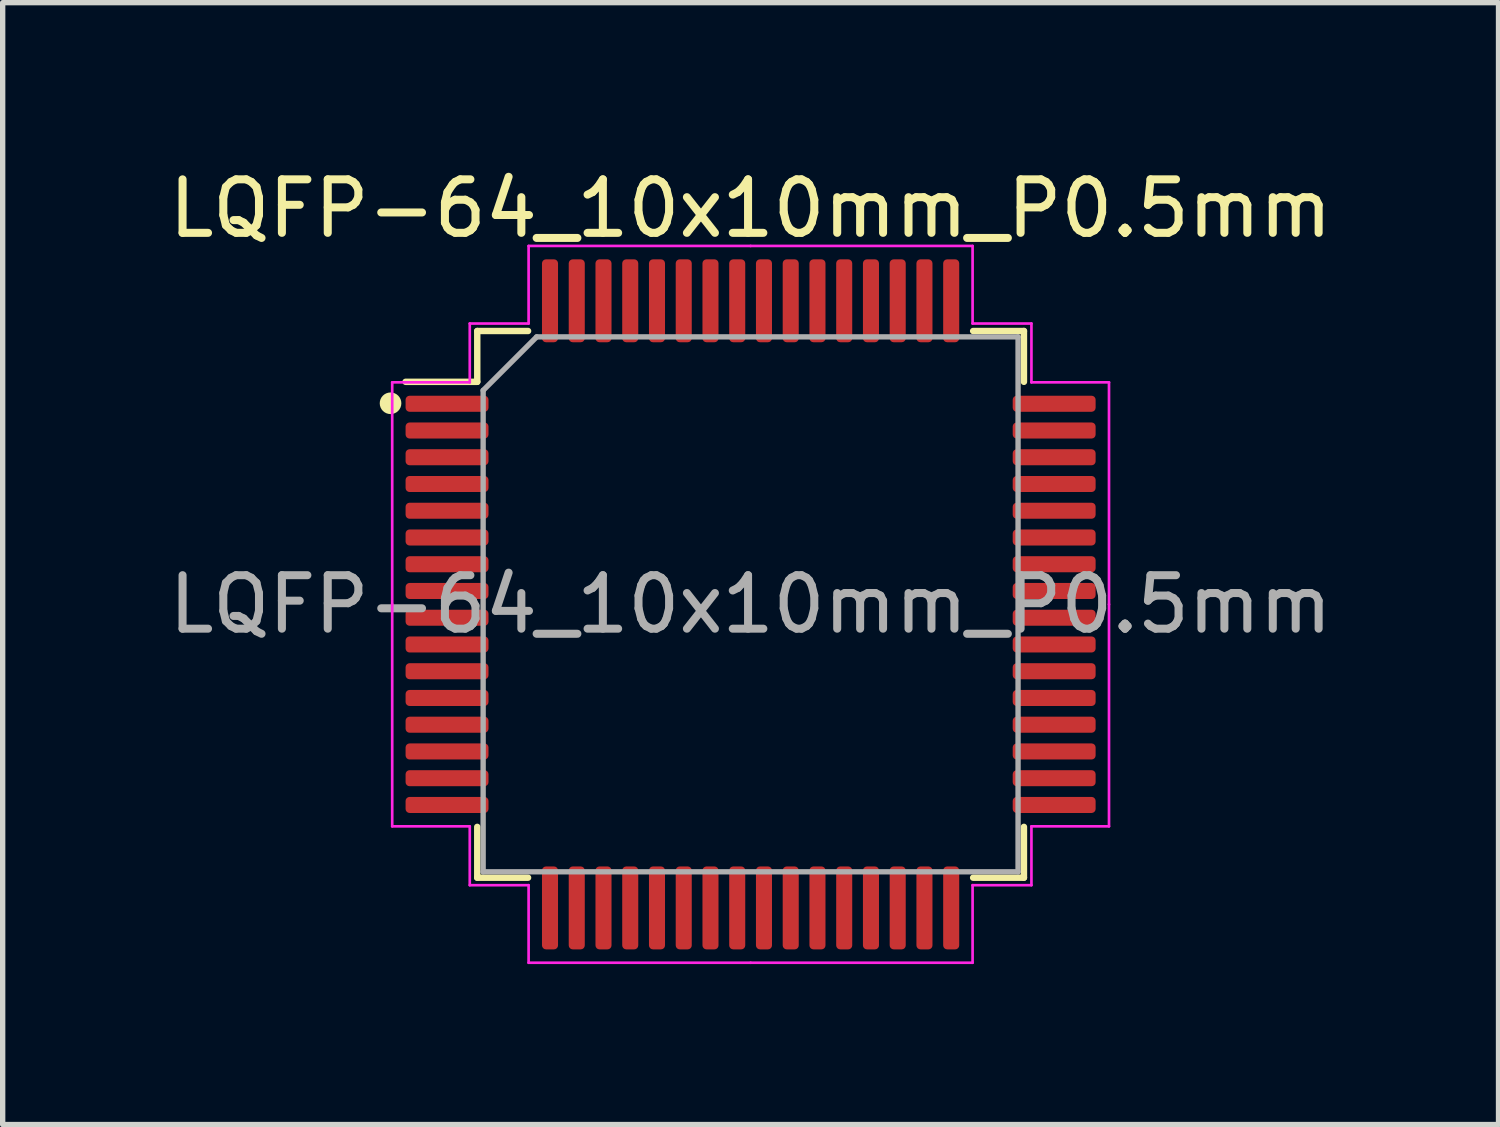
<source format=kicad_pcb>
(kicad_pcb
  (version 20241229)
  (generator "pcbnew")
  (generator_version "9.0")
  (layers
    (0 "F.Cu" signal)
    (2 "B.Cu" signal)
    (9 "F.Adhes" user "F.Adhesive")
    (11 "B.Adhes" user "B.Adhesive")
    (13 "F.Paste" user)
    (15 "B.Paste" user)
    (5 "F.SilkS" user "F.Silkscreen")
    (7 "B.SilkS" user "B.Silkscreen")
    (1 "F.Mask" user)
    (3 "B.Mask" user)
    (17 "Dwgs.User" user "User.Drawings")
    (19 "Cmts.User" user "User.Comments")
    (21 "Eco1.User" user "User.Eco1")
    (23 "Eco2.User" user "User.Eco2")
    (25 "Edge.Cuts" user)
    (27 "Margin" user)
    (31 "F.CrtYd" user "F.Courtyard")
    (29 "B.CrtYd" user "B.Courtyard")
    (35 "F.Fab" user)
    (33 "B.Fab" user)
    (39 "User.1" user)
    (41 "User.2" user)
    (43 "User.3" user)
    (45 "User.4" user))
  (footprint "LQFP-64_10x10mm_P0.5mm"
    (layer "F.Cu")
    (at 10.982 8.248)
    (property "Reference" "LQFP-64_10x10mm_P0.5mm" (at 0 -7.4 0) (layer "F.SilkS") (effects (font (size 1 1) (thickness 0.15))))
    (attr smd)
    (fp_line (start -5.11 -5.11) (end -5.11 -4.16) (stroke (width 0.12) (type solid)) (layer "F.SilkS"))
    (fp_line (start -5.11 -4.16) (end -6.45 -4.16) (stroke (width 0.12) (type solid)) (layer "F.SilkS"))
    (fp_line (start -5.11 5.11) (end -5.11 4.16) (stroke (width 0.12) (type solid)) (layer "F.SilkS"))
    (fp_line (start -4.16 -5.11) (end -5.11 -5.11) (stroke (width 0.12) (type solid)) (layer "F.SilkS"))
    (fp_line (start -4.16 5.11) (end -5.11 5.11) (stroke (width 0.12) (type solid)) (layer "F.SilkS"))
    (fp_line (start 4.16 -5.11) (end 5.11 -5.11) (stroke (width 0.12) (type solid)) (layer "F.SilkS"))
    (fp_line (start 4.16 5.11) (end 5.11 5.11) (stroke (width 0.12) (type solid)) (layer "F.SilkS"))
    (fp_line (start 5.11 -5.11) (end 5.11 -4.16) (stroke (width 0.12) (type solid)) (layer "F.SilkS"))
    (fp_line (start 5.11 5.11) (end 5.11 4.16) (stroke (width 0.12) (type solid)) (layer "F.SilkS"))
    (fp_circle (center -6.731 -3.759) (end -6.579 -3.759) (stroke (width 0.1) (type solid)) (fill yes) (layer "F.SilkS"))
    (fp_line (start -6.7 -4.15) (end -6.7 0) (stroke (width 0.05) (type solid)) (layer "F.CrtYd"))
    (fp_line (start -6.7 4.15) (end -6.7 0) (stroke (width 0.05) (type solid)) (layer "F.CrtYd"))
    (fp_line (start -5.25 -5.25) (end -5.25 -4.15) (stroke (width 0.05) (type solid)) (layer "F.CrtYd"))
    (fp_line (start -5.25 -4.15) (end -6.7 -4.15) (stroke (width 0.05) (type solid)) (layer "F.CrtYd"))
    (fp_line (start -5.25 4.15) (end -6.7 4.15) (stroke (width 0.05) (type solid)) (layer "F.CrtYd"))
    (fp_line (start -5.25 5.25) (end -5.25 4.15) (stroke (width 0.05) (type solid)) (layer "F.CrtYd"))
    (fp_line (start -4.15 -6.7) (end -4.15 -5.25) (stroke (width 0.05) (type solid)) (layer "F.CrtYd"))
    (fp_line (start -4.15 -5.25) (end -5.25 -5.25) (stroke (width 0.05) (type solid)) (layer "F.CrtYd"))
    (fp_line (start -4.15 5.25) (end -5.25 5.25) (stroke (width 0.05) (type solid)) (layer "F.CrtYd"))
    (fp_line (start -4.15 6.7) (end -4.15 5.25) (stroke (width 0.05) (type solid)) (layer "F.CrtYd"))
    (fp_line (start 0 -6.7) (end -4.15 -6.7) (stroke (width 0.05) (type solid)) (layer "F.CrtYd"))
    (fp_line (start 0 -6.7) (end 4.15 -6.7) (stroke (width 0.05) (type solid)) (layer "F.CrtYd"))
    (fp_line (start 0 6.7) (end -4.15 6.7) (stroke (width 0.05) (type solid)) (layer "F.CrtYd"))
    (fp_line (start 0 6.7) (end 4.15 6.7) (stroke (width 0.05) (type solid)) (layer "F.CrtYd"))
    (fp_line (start 4.15 -6.7) (end 4.15 -5.25) (stroke (width 0.05) (type solid)) (layer "F.CrtYd"))
    (fp_line (start 4.15 -5.25) (end 5.25 -5.25) (stroke (width 0.05) (type solid)) (layer "F.CrtYd"))
    (fp_line (start 4.15 5.25) (end 5.25 5.25) (stroke (width 0.05) (type solid)) (layer "F.CrtYd"))
    (fp_line (start 4.15 6.7) (end 4.15 5.25) (stroke (width 0.05) (type solid)) (layer "F.CrtYd"))
    (fp_line (start 5.25 -5.25) (end 5.25 -4.15) (stroke (width 0.05) (type solid)) (layer "F.CrtYd"))
    (fp_line (start 5.25 -4.15) (end 6.7 -4.15) (stroke (width 0.05) (type solid)) (layer "F.CrtYd"))
    (fp_line (start 5.25 4.15) (end 6.7 4.15) (stroke (width 0.05) (type solid)) (layer "F.CrtYd"))
    (fp_line (start 5.25 5.25) (end 5.25 4.15) (stroke (width 0.05) (type solid)) (layer "F.CrtYd"))
    (fp_line (start 6.7 -4.15) (end 6.7 0) (stroke (width 0.05) (type solid)) (layer "F.CrtYd"))
    (fp_line (start 6.7 4.15) (end 6.7 0) (stroke (width 0.05) (type solid)) (layer "F.CrtYd"))
    (fp_line (start -5 -4) (end -4 -5) (stroke (width 0.1) (type solid)) (layer "F.Fab"))
    (fp_line (start -5 5) (end -5 -4) (stroke (width 0.1) (type solid)) (layer "F.Fab"))
    (fp_line (start -4 -5) (end 5 -5) (stroke (width 0.1) (type solid)) (layer "F.Fab"))
    (fp_line (start 5 -5) (end 5 5) (stroke (width 0.1) (type solid)) (layer "F.Fab"))
    (fp_line (start 5 5) (end -5 5) (stroke (width 0.1) (type solid)) (layer "F.Fab"))
    (fp_text user "${REFERENCE}" (at 0 0 0) (layer "F.Fab") (effects (font (size 1 1) (thickness 0.15))))
    (pad "1" smd roundrect (at -5.675 -3.75) (size 1.55 0.3) (layers "F.Cu" "F.Mask" "F.Paste") (roundrect_rratio 0.25))
    (pad "2" smd roundrect (at -5.675 -3.25) (size 1.55 0.3) (layers "F.Cu" "F.Mask" "F.Paste") (roundrect_rratio 0.25))
    (pad "3" smd roundrect (at -5.675 -2.75) (size 1.55 0.3) (layers "F.Cu" "F.Mask" "F.Paste") (roundrect_rratio 0.25))
    (pad "4" smd roundrect (at -5.675 -2.25) (size 1.55 0.3) (layers "F.Cu" "F.Mask" "F.Paste") (roundrect_rratio 0.25))
    (pad "5" smd roundrect (at -5.675 -1.75) (size 1.55 0.3) (layers "F.Cu" "F.Mask" "F.Paste") (roundrect_rratio 0.25))
    (pad "6" smd roundrect (at -5.675 -1.25) (size 1.55 0.3) (layers "F.Cu" "F.Mask" "F.Paste") (roundrect_rratio 0.25))
    (pad "7" smd roundrect (at -5.675 -0.75) (size 1.55 0.3) (layers "F.Cu" "F.Mask" "F.Paste") (roundrect_rratio 0.25))
    (pad "8" smd roundrect (at -5.675 -0.25) (size 1.55 0.3) (layers "F.Cu" "F.Mask" "F.Paste") (roundrect_rratio 0.25))
    (pad "9" smd roundrect (at -5.675 0.25) (size 1.55 0.3) (layers "F.Cu" "F.Mask" "F.Paste") (roundrect_rratio 0.25))
    (pad "10" smd roundrect (at -5.675 0.75) (size 1.55 0.3) (layers "F.Cu" "F.Mask" "F.Paste") (roundrect_rratio 0.25))
    (pad "11" smd roundrect (at -5.675 1.25) (size 1.55 0.3) (layers "F.Cu" "F.Mask" "F.Paste") (roundrect_rratio 0.25))
    (pad "12" smd roundrect (at -5.675 1.75) (size 1.55 0.3) (layers "F.Cu" "F.Mask" "F.Paste") (roundrect_rratio 0.25))
    (pad "13" smd roundrect (at -5.675 2.25) (size 1.55 0.3) (layers "F.Cu" "F.Mask" "F.Paste") (roundrect_rratio 0.25))
    (pad "14" smd roundrect (at -5.675 2.75) (size 1.55 0.3) (layers "F.Cu" "F.Mask" "F.Paste") (roundrect_rratio 0.25))
    (pad "15" smd roundrect (at -5.675 3.25) (size 1.55 0.3) (layers "F.Cu" "F.Mask" "F.Paste") (roundrect_rratio 0.25))
    (pad "16" smd roundrect (at -5.675 3.75) (size 1.55 0.3) (layers "F.Cu" "F.Mask" "F.Paste") (roundrect_rratio 0.25))
    (pad "17" smd roundrect (at -3.75 5.675) (size 0.3 1.55) (layers "F.Cu" "F.Mask" "F.Paste") (roundrect_rratio 0.25))
    (pad "18" smd roundrect (at -3.25 5.675) (size 0.3 1.55) (layers "F.Cu" "F.Mask" "F.Paste") (roundrect_rratio 0.25))
    (pad "19" smd roundrect (at -2.75 5.675) (size 0.3 1.55) (layers "F.Cu" "F.Mask" "F.Paste") (roundrect_rratio 0.25))
    (pad "20" smd roundrect (at -2.25 5.675) (size 0.3 1.55) (layers "F.Cu" "F.Mask" "F.Paste") (roundrect_rratio 0.25))
    (pad "21" smd roundrect (at -1.75 5.675) (size 0.3 1.55) (layers "F.Cu" "F.Mask" "F.Paste") (roundrect_rratio 0.25))
    (pad "22" smd roundrect (at -1.25 5.675) (size 0.3 1.55) (layers "F.Cu" "F.Mask" "F.Paste") (roundrect_rratio 0.25))
    (pad "23" smd roundrect (at -0.75 5.675) (size 0.3 1.55) (layers "F.Cu" "F.Mask" "F.Paste") (roundrect_rratio 0.25))
    (pad "24" smd roundrect (at -0.25 5.675) (size 0.3 1.55) (layers "F.Cu" "F.Mask" "F.Paste") (roundrect_rratio 0.25))
    (pad "25" smd roundrect (at 0.25 5.675) (size 0.3 1.55) (layers "F.Cu" "F.Mask" "F.Paste") (roundrect_rratio 0.25))
    (pad "26" smd roundrect (at 0.75 5.675) (size 0.3 1.55) (layers "F.Cu" "F.Mask" "F.Paste") (roundrect_rratio 0.25))
    (pad "27" smd roundrect (at 1.25 5.675) (size 0.3 1.55) (layers "F.Cu" "F.Mask" "F.Paste") (roundrect_rratio 0.25))
    (pad "28" smd roundrect (at 1.75 5.675) (size 0.3 1.55) (layers "F.Cu" "F.Mask" "F.Paste") (roundrect_rratio 0.25))
    (pad "29" smd roundrect (at 2.25 5.675) (size 0.3 1.55) (layers "F.Cu" "F.Mask" "F.Paste") (roundrect_rratio 0.25))
    (pad "30" smd roundrect (at 2.75 5.675) (size 0.3 1.55) (layers "F.Cu" "F.Mask" "F.Paste") (roundrect_rratio 0.25))
    (pad "31" smd roundrect (at 3.25 5.675) (size 0.3 1.55) (layers "F.Cu" "F.Mask" "F.Paste") (roundrect_rratio 0.25))
    (pad "32" smd roundrect (at 3.75 5.675) (size 0.3 1.55) (layers "F.Cu" "F.Mask" "F.Paste") (roundrect_rratio 0.25))
    (pad "33" smd roundrect (at 5.675 3.75) (size 1.55 0.3) (layers "F.Cu" "F.Mask" "F.Paste") (roundrect_rratio 0.25))
    (pad "34" smd roundrect (at 5.675 3.25) (size 1.55 0.3) (layers "F.Cu" "F.Mask" "F.Paste") (roundrect_rratio 0.25))
    (pad "35" smd roundrect (at 5.675 2.75) (size 1.55 0.3) (layers "F.Cu" "F.Mask" "F.Paste") (roundrect_rratio 0.25))
    (pad "36" smd roundrect (at 5.675 2.25) (size 1.55 0.3) (layers "F.Cu" "F.Mask" "F.Paste") (roundrect_rratio 0.25))
    (pad "37" smd roundrect (at 5.675 1.75) (size 1.55 0.3) (layers "F.Cu" "F.Mask" "F.Paste") (roundrect_rratio 0.25))
    (pad "38" smd roundrect (at 5.675 1.25) (size 1.55 0.3) (layers "F.Cu" "F.Mask" "F.Paste") (roundrect_rratio 0.25))
    (pad "39" smd roundrect (at 5.675 0.75) (size 1.55 0.3) (layers "F.Cu" "F.Mask" "F.Paste") (roundrect_rratio 0.25))
    (pad "40" smd roundrect (at 5.675 0.25) (size 1.55 0.3) (layers "F.Cu" "F.Mask" "F.Paste") (roundrect_rratio 0.25))
    (pad "41" smd roundrect (at 5.675 -0.25) (size 1.55 0.3) (layers "F.Cu" "F.Mask" "F.Paste") (roundrect_rratio 0.25))
    (pad "42" smd roundrect (at 5.675 -0.75) (size 1.55 0.3) (layers "F.Cu" "F.Mask" "F.Paste") (roundrect_rratio 0.25))
    (pad "43" smd roundrect (at 5.675 -1.25) (size 1.55 0.3) (layers "F.Cu" "F.Mask" "F.Paste") (roundrect_rratio 0.25))
    (pad "44" smd roundrect (at 5.675 -1.75) (size 1.55 0.3) (layers "F.Cu" "F.Mask" "F.Paste") (roundrect_rratio 0.25))
    (pad "45" smd roundrect (at 5.675 -2.25) (size 1.55 0.3) (layers "F.Cu" "F.Mask" "F.Paste") (roundrect_rratio 0.25))
    (pad "46" smd roundrect (at 5.675 -2.75) (size 1.55 0.3) (layers "F.Cu" "F.Mask" "F.Paste") (roundrect_rratio 0.25))
    (pad "47" smd roundrect (at 5.675 -3.25) (size 1.55 0.3) (layers "F.Cu" "F.Mask" "F.Paste") (roundrect_rratio 0.25))
    (pad "48" smd roundrect (at 5.675 -3.75) (size 1.55 0.3) (layers "F.Cu" "F.Mask" "F.Paste") (roundrect_rratio 0.25))
    (pad "49" smd roundrect (at 3.75 -5.675) (size 0.3 1.55) (layers "F.Cu" "F.Mask" "F.Paste") (roundrect_rratio 0.25))
    (pad "50" smd roundrect (at 3.25 -5.675) (size 0.3 1.55) (layers "F.Cu" "F.Mask" "F.Paste") (roundrect_rratio 0.25))
    (pad "51" smd roundrect (at 2.75 -5.675) (size 0.3 1.55) (layers "F.Cu" "F.Mask" "F.Paste") (roundrect_rratio 0.25))
    (pad "52" smd roundrect (at 2.25 -5.675) (size 0.3 1.55) (layers "F.Cu" "F.Mask" "F.Paste") (roundrect_rratio 0.25))
    (pad "53" smd roundrect (at 1.75 -5.675) (size 0.3 1.55) (layers "F.Cu" "F.Mask" "F.Paste") (roundrect_rratio 0.25))
    (pad "54" smd roundrect (at 1.25 -5.675) (size 0.3 1.55) (layers "F.Cu" "F.Mask" "F.Paste") (roundrect_rratio 0.25))
    (pad "55" smd roundrect (at 0.75 -5.675) (size 0.3 1.55) (layers "F.Cu" "F.Mask" "F.Paste") (roundrect_rratio 0.25))
    (pad "56" smd roundrect (at 0.25 -5.675) (size 0.3 1.55) (layers "F.Cu" "F.Mask" "F.Paste") (roundrect_rratio 0.25))
    (pad "57" smd roundrect (at -0.25 -5.675) (size 0.3 1.55) (layers "F.Cu" "F.Mask" "F.Paste") (roundrect_rratio 0.25))
    (pad "58" smd roundrect (at -0.75 -5.675) (size 0.3 1.55) (layers "F.Cu" "F.Mask" "F.Paste") (roundrect_rratio 0.25))
    (pad "59" smd roundrect (at -1.25 -5.675) (size 0.3 1.55) (layers "F.Cu" "F.Mask" "F.Paste") (roundrect_rratio 0.25))
    (pad "60" smd roundrect (at -1.75 -5.675) (size 0.3 1.55) (layers "F.Cu" "F.Mask" "F.Paste") (roundrect_rratio 0.25))
    (pad "61" smd roundrect (at -2.25 -5.675) (size 0.3 1.55) (layers "F.Cu" "F.Mask" "F.Paste") (roundrect_rratio 0.25))
    (pad "62" smd roundrect (at -2.75 -5.675) (size 0.3 1.55) (layers "F.Cu" "F.Mask" "F.Paste") (roundrect_rratio 0.25))
    (pad "63" smd roundrect (at -3.25 -5.675) (size 0.3 1.55) (layers "F.Cu" "F.Mask" "F.Paste") (roundrect_rratio 0.25))
    (pad "64" smd roundrect (at -3.75 -5.675) (size 0.3 1.55) (layers "F.Cu" "F.Mask" "F.Paste") (roundrect_rratio 0.25)))
  (gr_rect
    (start -3 -3)
    (end 24.964 17.973)
    (stroke (width 0.1) (type default))
    (fill no)
    (layer "Edge.Cuts")))
</source>
